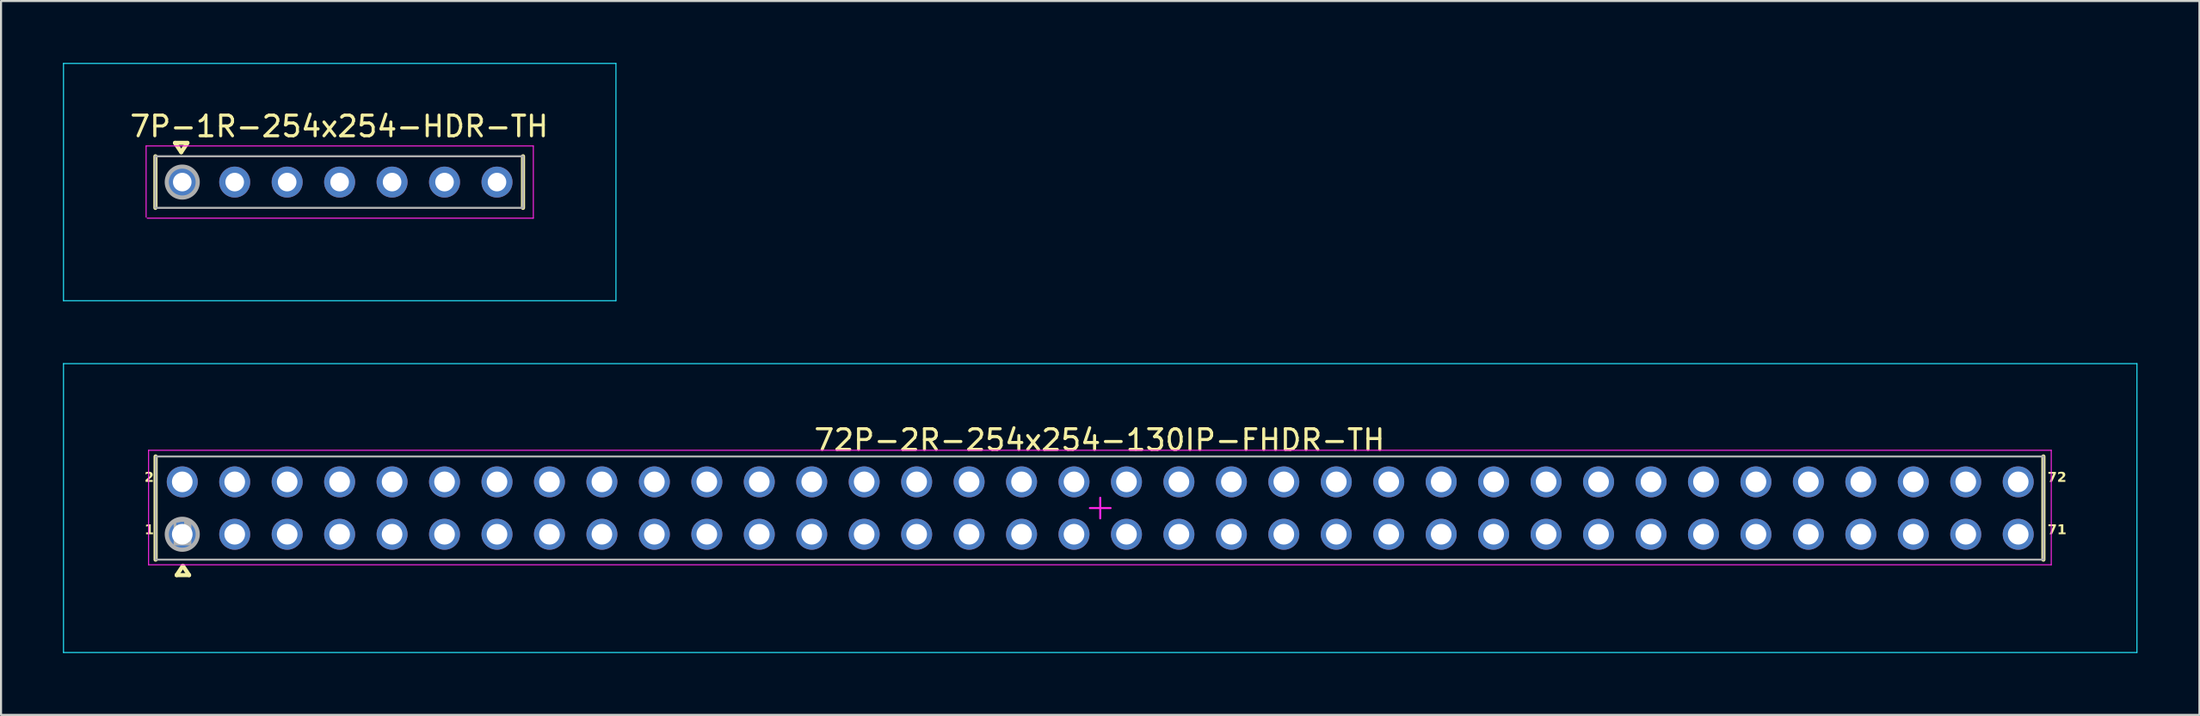
<source format=kicad_pcb>
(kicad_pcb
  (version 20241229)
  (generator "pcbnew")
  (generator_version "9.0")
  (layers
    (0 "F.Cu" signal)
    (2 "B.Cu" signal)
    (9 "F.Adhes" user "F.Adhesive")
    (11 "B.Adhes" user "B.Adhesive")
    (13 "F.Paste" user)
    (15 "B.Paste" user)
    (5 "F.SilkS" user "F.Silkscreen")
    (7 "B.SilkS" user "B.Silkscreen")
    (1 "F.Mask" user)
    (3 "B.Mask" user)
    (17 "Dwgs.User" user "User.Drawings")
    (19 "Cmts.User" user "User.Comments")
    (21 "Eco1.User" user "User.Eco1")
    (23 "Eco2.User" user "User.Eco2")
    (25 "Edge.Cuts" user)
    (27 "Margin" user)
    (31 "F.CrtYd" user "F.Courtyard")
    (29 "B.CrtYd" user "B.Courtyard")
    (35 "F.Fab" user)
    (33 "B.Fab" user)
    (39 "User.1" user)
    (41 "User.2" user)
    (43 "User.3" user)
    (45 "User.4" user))
  (footprint "72P-2R-254x254-130IP-FHDR-TH"
    (layer "F.Cu")
    (at 50.225 21.575)
    (property "Reference" "72P-2R-254x254-130IP-FHDR-TH" (at -0.035 -3.3 0) (layer "F.SilkS") (effects (font (size 1 1) (thickness 0.15))))
    (fp_line (start -45.74 2.5) (end -45.74 -2.5) (stroke (width 0.2) (type solid)) (layer "F.SilkS"))
    (fp_line (start -44.72 3.25) (end -44.42 2.8) (stroke (width 0.2) (type solid)) (layer "F.SilkS"))
    (fp_line (start -44.72 3.25) (end -44.12 3.25) (stroke (width 0.2) (type solid)) (layer "F.SilkS"))
    (fp_line (start -44.42 2.8) (end -44.12 3.25) (stroke (width 0.2) (type solid)) (layer "F.SilkS"))
    (fp_line (start 45.67 2.5) (end 45.67 -2.5) (stroke (width 0.2) (type solid)) (layer "F.SilkS"))
    (fp_line (start -50.2 -7) (end 50.2 -7) (stroke (width 0.05) (type solid)) (layer "B.CrtYd"))
    (fp_line (start -50.2 7) (end -50.2 -7) (stroke (width 0.05) (type solid)) (layer "B.CrtYd"))
    (fp_line (start -50.2 7) (end 50.2 7) (stroke (width 0.05) (type solid)) (layer "B.CrtYd"))
    (fp_line (start 50.2 7) (end 50.2 -7) (stroke (width 0.05) (type solid)) (layer "B.CrtYd"))
    (fp_line (start -46.08 -2.8) (end 46.05 -2.8) (stroke (width 0.05) (type solid)) (layer "F.CrtYd"))
    (fp_line (start -46.08 2.75) (end -46.08 -2.8) (stroke (width 0.05) (type solid)) (layer "F.CrtYd"))
    (fp_line (start -46.08 2.75) (end 46.05 2.75) (stroke (width 0.05) (type solid)) (layer "F.CrtYd"))
    (fp_line (start -0.5 0) (end 0.5 0) (stroke (width 0.1) (type solid)) (layer "F.CrtYd"))
    (fp_line (start 0 0.5) (end 0 -0.5) (stroke (width 0.1) (type solid)) (layer "F.CrtYd"))
    (fp_line (start 46.05 2.75) (end 46.05 -2.8) (stroke (width 0.05) (type solid)) (layer "F.CrtYd"))
    (fp_line (start -45.73 -2.5) (end 45.67 -2.5) (stroke (width 0.1) (type solid)) (layer "F.Fab"))
    (fp_line (start -45.73 2.5) (end -45.73 -2.5) (stroke (width 0.1) (type solid)) (layer "F.Fab"))
    (fp_line (start -45.73 2.5) (end 45.67 2.5) (stroke (width 0.1) (type solid)) (layer "F.Fab"))
    (fp_line (start 45.67 2.5) (end 45.67 -2.5) (stroke (width 0.1) (type solid)) (layer "F.Fab"))
    (fp_circle (center -44.45 1.27) (end -44.45 0.52) (stroke (width 0.2) (type solid)) (fill no) (layer "F.Fab"))
    (fp_text user "72" (at 45.87 -1.19 0) (unlocked yes) (layer "F.SilkS") (effects (font (face "Arial Black") (size 0.472 0.472) (thickness 0.1)) (justify left bottom)))
    (fp_text user "2" (at -46.28 -1.19 0) (unlocked yes) (layer "F.SilkS") (effects (font (face "Arial Black") (size 0.472 0.472) (thickness 0.1)) (justify left bottom)))
    (fp_text user "71" (at 45.87 1.35 0) (unlocked yes) (layer "F.SilkS") (effects (font (face "Arial Black") (size 0.472 0.472) (thickness 0.1)) (justify left bottom)))
    (fp_text user "1" (at -46.28 1.35 0) (unlocked yes) (layer "F.SilkS") (effects (font (face "Arial Black") (size 0.472 0.472) (thickness 0.1)) (justify left bottom)))
    (fp_text user "1" (at -44.45 1.27 0) (unlocked yes) (layer "F.Fab" knockout) (effects (font (face "Arial") (size 1 1) (thickness 0.254))))
    (pad "1" thru_hole circle (at -44.45 1.27 180) (size 1.5 1.5) (drill 1) (layers "*.Cu" "*.Mask"))
    (pad "2" thru_hole circle (at -44.45 -1.27 270) (size 1.5 1.5) (drill 1) (layers "*.Cu" "*.Mask"))
    (pad "3" thru_hole circle (at -41.91 1.27 180) (size 1.5 1.5) (drill 1) (layers "*.Cu" "*.Mask"))
    (pad "4" thru_hole circle (at -41.91 -1.27 270) (size 1.5 1.5) (drill 1) (layers "*.Cu" "*.Mask"))
    (pad "5" thru_hole circle (at -39.37 1.27 180) (size 1.5 1.5) (drill 1) (layers "*.Cu" "*.Mask"))
    (pad "6" thru_hole circle (at -39.37 -1.27 270) (size 1.5 1.5) (drill 1) (layers "*.Cu" "*.Mask"))
    (pad "7" thru_hole circle (at -36.83 1.27 180) (size 1.5 1.5) (drill 1) (layers "*.Cu" "*.Mask"))
    (pad "8" thru_hole circle (at -36.83 -1.27 270) (size 1.5 1.5) (drill 1) (layers "*.Cu" "*.Mask"))
    (pad "9" thru_hole circle (at -34.29 1.27 180) (size 1.5 1.5) (drill 1) (layers "*.Cu" "*.Mask"))
    (pad "10" thru_hole circle (at -34.29 -1.27 270) (size 1.5 1.5) (drill 1) (layers "*.Cu" "*.Mask"))
    (pad "11" thru_hole circle (at -31.75 1.27 180) (size 1.5 1.5) (drill 1) (layers "*.Cu" "*.Mask"))
    (pad "12" thru_hole circle (at -31.75 -1.27 270) (size 1.5 1.5) (drill 1) (layers "*.Cu" "*.Mask"))
    (pad "13" thru_hole circle (at -29.21 1.27 180) (size 1.5 1.5) (drill 1) (layers "*.Cu" "*.Mask"))
    (pad "14" thru_hole circle (at -29.21 -1.27 270) (size 1.5 1.5) (drill 1) (layers "*.Cu" "*.Mask"))
    (pad "15" thru_hole circle (at -26.67 1.27 180) (size 1.5 1.5) (drill 1) (layers "*.Cu" "*.Mask"))
    (pad "16" thru_hole circle (at -26.67 -1.27 270) (size 1.5 1.5) (drill 1) (layers "*.Cu" "*.Mask"))
    (pad "17" thru_hole circle (at -24.13 1.27 180) (size 1.5 1.5) (drill 1) (layers "*.Cu" "*.Mask"))
    (pad "18" thru_hole circle (at -24.13 -1.27 270) (size 1.5 1.5) (drill 1) (layers "*.Cu" "*.Mask"))
    (pad "19" thru_hole circle (at -21.59 1.27 180) (size 1.5 1.5) (drill 1) (layers "*.Cu" "*.Mask"))
    (pad "20" thru_hole circle (at -21.59 -1.27 270) (size 1.5 1.5) (drill 1) (layers "*.Cu" "*.Mask"))
    (pad "21" thru_hole circle (at -19.05 1.27 180) (size 1.5 1.5) (drill 1) (layers "*.Cu" "*.Mask"))
    (pad "22" thru_hole circle (at -19.05 -1.27 270) (size 1.5 1.5) (drill 1) (layers "*.Cu" "*.Mask"))
    (pad "23" thru_hole circle (at -16.51 1.27 180) (size 1.5 1.5) (drill 1) (layers "*.Cu" "*.Mask"))
    (pad "24" thru_hole circle (at -16.51 -1.27 270) (size 1.5 1.5) (drill 1) (layers "*.Cu" "*.Mask"))
    (pad "25" thru_hole circle (at -13.97 1.27 180) (size 1.5 1.5) (drill 1) (layers "*.Cu" "*.Mask"))
    (pad "26" thru_hole circle (at -13.97 -1.27 270) (size 1.5 1.5) (drill 1) (layers "*.Cu" "*.Mask"))
    (pad "27" thru_hole circle (at -11.43 1.27 180) (size 1.5 1.5) (drill 1) (layers "*.Cu" "*.Mask"))
    (pad "28" thru_hole circle (at -11.43 -1.27 270) (size 1.5 1.5) (drill 1) (layers "*.Cu" "*.Mask"))
    (pad "29" thru_hole circle (at -8.89 1.27 180) (size 1.5 1.5) (drill 1) (layers "*.Cu" "*.Mask"))
    (pad "30" thru_hole circle (at -8.89 -1.27 270) (size 1.5 1.5) (drill 1) (layers "*.Cu" "*.Mask"))
    (pad "31" thru_hole circle (at -6.35 1.27 180) (size 1.5 1.5) (drill 1) (layers "*.Cu" "*.Mask"))
    (pad "32" thru_hole circle (at -6.35 -1.27 270) (size 1.5 1.5) (drill 1) (layers "*.Cu" "*.Mask"))
    (pad "33" thru_hole circle (at -3.81 1.27 180) (size 1.5 1.5) (drill 1) (layers "*.Cu" "*.Mask"))
    (pad "34" thru_hole circle (at -3.81 -1.27 270) (size 1.5 1.5) (drill 1) (layers "*.Cu" "*.Mask"))
    (pad "35" thru_hole circle (at -1.27 1.27 180) (size 1.5 1.5) (drill 1) (layers "*.Cu" "*.Mask"))
    (pad "36" thru_hole circle (at -1.27 -1.27 270) (size 1.5 1.5) (drill 1) (layers "*.Cu" "*.Mask"))
    (pad "37" thru_hole circle (at 1.27 1.27 180) (size 1.5 1.5) (drill 1) (layers "*.Cu" "*.Mask"))
    (pad "38" thru_hole circle (at 1.27 -1.27 270) (size 1.5 1.5) (drill 1) (layers "*.Cu" "*.Mask"))
    (pad "39" thru_hole circle (at 3.81 1.27 180) (size 1.5 1.5) (drill 1) (layers "*.Cu" "*.Mask"))
    (pad "40" thru_hole circle (at 3.81 -1.27 270) (size 1.5 1.5) (drill 1) (layers "*.Cu" "*.Mask"))
    (pad "41" thru_hole circle (at 6.35 1.27 180) (size 1.5 1.5) (drill 1) (layers "*.Cu" "*.Mask"))
    (pad "42" thru_hole circle (at 6.35 -1.27 270) (size 1.5 1.5) (drill 1) (layers "*.Cu" "*.Mask"))
    (pad "43" thru_hole circle (at 8.89 1.27 180) (size 1.5 1.5) (drill 1) (layers "*.Cu" "*.Mask"))
    (pad "44" thru_hole circle (at 8.89 -1.27 270) (size 1.5 1.5) (drill 1) (layers "*.Cu" "*.Mask"))
    (pad "45" thru_hole circle (at 11.43 1.27 180) (size 1.5 1.5) (drill 1) (layers "*.Cu" "*.Mask"))
    (pad "46" thru_hole circle (at 11.43 -1.27 270) (size 1.5 1.5) (drill 1) (layers "*.Cu" "*.Mask"))
    (pad "47" thru_hole circle (at 13.97 1.27 180) (size 1.5 1.5) (drill 1) (layers "*.Cu" "*.Mask"))
    (pad "48" thru_hole circle (at 13.97 -1.27 270) (size 1.5 1.5) (drill 1) (layers "*.Cu" "*.Mask"))
    (pad "49" thru_hole circle (at 16.51 1.27 180) (size 1.5 1.5) (drill 1) (layers "*.Cu" "*.Mask"))
    (pad "50" thru_hole circle (at 16.51 -1.27 270) (size 1.5 1.5) (drill 1) (layers "*.Cu" "*.Mask"))
    (pad "51" thru_hole circle (at 19.05 1.27 180) (size 1.5 1.5) (drill 1) (layers "*.Cu" "*.Mask"))
    (pad "52" thru_hole circle (at 19.05 -1.27 270) (size 1.5 1.5) (drill 1) (layers "*.Cu" "*.Mask"))
    (pad "53" thru_hole circle (at 21.59 1.27 180) (size 1.5 1.5) (drill 1) (layers "*.Cu" "*.Mask"))
    (pad "54" thru_hole circle (at 21.59 -1.27 270) (size 1.5 1.5) (drill 1) (layers "*.Cu" "*.Mask"))
    (pad "55" thru_hole circle (at 24.13 1.27 180) (size 1.5 1.5) (drill 1) (layers "*.Cu" "*.Mask"))
    (pad "56" thru_hole circle (at 24.13 -1.27 270) (size 1.5 1.5) (drill 1) (layers "*.Cu" "*.Mask"))
    (pad "57" thru_hole circle (at 26.67 1.27 180) (size 1.5 1.5) (drill 1) (layers "*.Cu" "*.Mask"))
    (pad "58" thru_hole circle (at 26.67 -1.27 270) (size 1.5 1.5) (drill 1) (layers "*.Cu" "*.Mask"))
    (pad "59" thru_hole circle (at 29.21 1.27 180) (size 1.5 1.5) (drill 1) (layers "*.Cu" "*.Mask"))
    (pad "60" thru_hole circle (at 29.21 -1.27 270) (size 1.5 1.5) (drill 1) (layers "*.Cu" "*.Mask"))
    (pad "61" thru_hole circle (at 31.75 1.27 180) (size 1.5 1.5) (drill 1) (layers "*.Cu" "*.Mask"))
    (pad "62" thru_hole circle (at 31.75 -1.27 270) (size 1.5 1.5) (drill 1) (layers "*.Cu" "*.Mask"))
    (pad "63" thru_hole circle (at 34.29 1.27 180) (size 1.5 1.5) (drill 1) (layers "*.Cu" "*.Mask"))
    (pad "64" thru_hole circle (at 34.29 -1.27 270) (size 1.5 1.5) (drill 1) (layers "*.Cu" "*.Mask"))
    (pad "65" thru_hole circle (at 36.83 1.27 180) (size 1.5 1.5) (drill 1) (layers "*.Cu" "*.Mask"))
    (pad "66" thru_hole circle (at 36.83 -1.27 270) (size 1.5 1.5) (drill 1) (layers "*.Cu" "*.Mask"))
    (pad "67" thru_hole circle (at 39.37 1.27 180) (size 1.5 1.5) (drill 1) (layers "*.Cu" "*.Mask"))
    (pad "68" thru_hole circle (at 39.37 -1.27 270) (size 1.5 1.5) (drill 1) (layers "*.Cu" "*.Mask"))
    (pad "69" thru_hole circle (at 41.91 1.27 180) (size 1.5 1.5) (drill 1) (layers "*.Cu" "*.Mask"))
    (pad "70" thru_hole circle (at 41.91 -1.27 270) (size 1.5 1.5) (drill 1) (layers "*.Cu" "*.Mask"))
    (pad "71" thru_hole circle (at 44.45 1.27 180) (size 1.5 1.5) (drill 1) (layers "*.Cu" "*.Mask"))
    (pad "72" thru_hole circle (at 44.45 -1.27 270) (size 1.5 1.5) (drill 1) (layers "*.Cu" "*.Mask")))
  (footprint "7P-1R-254x254-HDR-TH"
    (layer "F.Cu")
    (at 5.775 5.775)
    (property "Reference" "7P-1R-254x254-HDR-TH" (at 7.6 -2.7 0) (layer "F.SilkS") (effects (font (size 1 1) (thickness 0.15))))
    (fp_line (start -1.3 1.25) (end -1.3 -1.25) (stroke (width 0.2) (type solid)) (layer "F.SilkS"))
    (fp_line (start -0.35 -1.9) (end -0.05 -1.45) (stroke (width 0.2) (type solid)) (layer "F.SilkS"))
    (fp_line (start -0.35 -1.9) (end 0.25 -1.9) (stroke (width 0.2) (type solid)) (layer "F.SilkS"))
    (fp_line (start -0.05 -1.45) (end 0.25 -1.9) (stroke (width 0.2) (type solid)) (layer "F.SilkS"))
    (fp_line (start 16.5 1.25) (end 16.5 -1.25) (stroke (width 0.2) (type solid)) (layer "F.SilkS"))
    (fp_line (start -1.75 1.7) (end -1.7 1.75) (stroke (width 0.05) (type solid)) (layer "Eco2.User"))
    (fp_line (start -5.75 -5.75) (end 21 -5.75) (stroke (width 0.05) (type solid)) (layer "B.CrtYd"))
    (fp_line (start -5.75 5.75) (end -5.75 -5.75) (stroke (width 0.05) (type solid)) (layer "B.CrtYd"))
    (fp_line (start -5.75 5.75) (end 21 5.75) (stroke (width 0.05) (type solid)) (layer "B.CrtYd"))
    (fp_line (start 21 5.75) (end 21 -5.75) (stroke (width 0.05) (type solid)) (layer "B.CrtYd"))
    (fp_line (start -1.75 -1.75) (end 17 -1.75) (stroke (width 0.05) (type solid)) (layer "F.CrtYd"))
    (fp_line (start -1.75 1.7) (end -1.75 -1.75) (stroke (width 0.05) (type solid)) (layer "F.CrtYd"))
    (fp_line (start -1.7 1.75) (end 17 1.75) (stroke (width 0.05) (type solid)) (layer "F.CrtYd"))
    (fp_line (start 17 1.75) (end 17 -1.75) (stroke (width 0.05) (type solid)) (layer "F.CrtYd"))
    (fp_line (start -1.3 -1.25) (end 16.5 -1.25) (stroke (width 0.1) (type solid)) (layer "F.Fab"))
    (fp_line (start -1.3 1.25) (end -1.3 -1.25) (stroke (width 0.1) (type solid)) (layer "F.Fab"))
    (fp_line (start -1.3 1.25) (end 16.5 1.25) (stroke (width 0.1) (type solid)) (layer "F.Fab"))
    (fp_line (start 16.5 1.25) (end 16.5 -1.25) (stroke (width 0.1) (type solid)) (layer "F.Fab"))
    (fp_circle (center 0 0) (end 0 -0.75) (stroke (width 0.2) (type solid)) (fill no) (layer "F.Fab"))
    (fp_text user "1" (at 0 0 0) (unlocked yes) (layer "F.Fab" knockout) (effects (font (face "Arial") (size 0.472 0.472) (thickness 0.254))))
    (pad "1" thru_hole circle (at 0 0 180) (size 1.5 1.5) (drill 0.9) (layers "*.Cu" "*.Mask"))
    (pad "2" thru_hole circle (at 2.54 0 180) (size 1.5 1.5) (drill 0.9) (layers "*.Cu" "*.Mask"))
    (pad "3" thru_hole circle (at 5.08 0 180) (size 1.5 1.5) (drill 0.9) (layers "*.Cu" "*.Mask"))
    (pad "4" thru_hole circle (at 7.62 0 180) (size 1.5 1.5) (drill 0.9) (layers "*.Cu" "*.Mask"))
    (pad "5" thru_hole circle (at 10.16 0 180) (size 1.5 1.5) (drill 0.9) (layers "*.Cu" "*.Mask"))
    (pad "6" thru_hole circle (at 12.7 0 180) (size 1.5 1.5) (drill 0.9) (layers "*.Cu" "*.Mask"))
    (pad "7" thru_hole circle (at 15.24 0 180) (size 1.5 1.5) (drill 0.9) (layers "*.Cu" "*.Mask")))
  (gr_rect
    (start -3 -3)
    (end 103.45 31.6)
    (stroke (width 0.1) (type default))
    (fill no)
    (layer "Edge.Cuts")))
</source>
